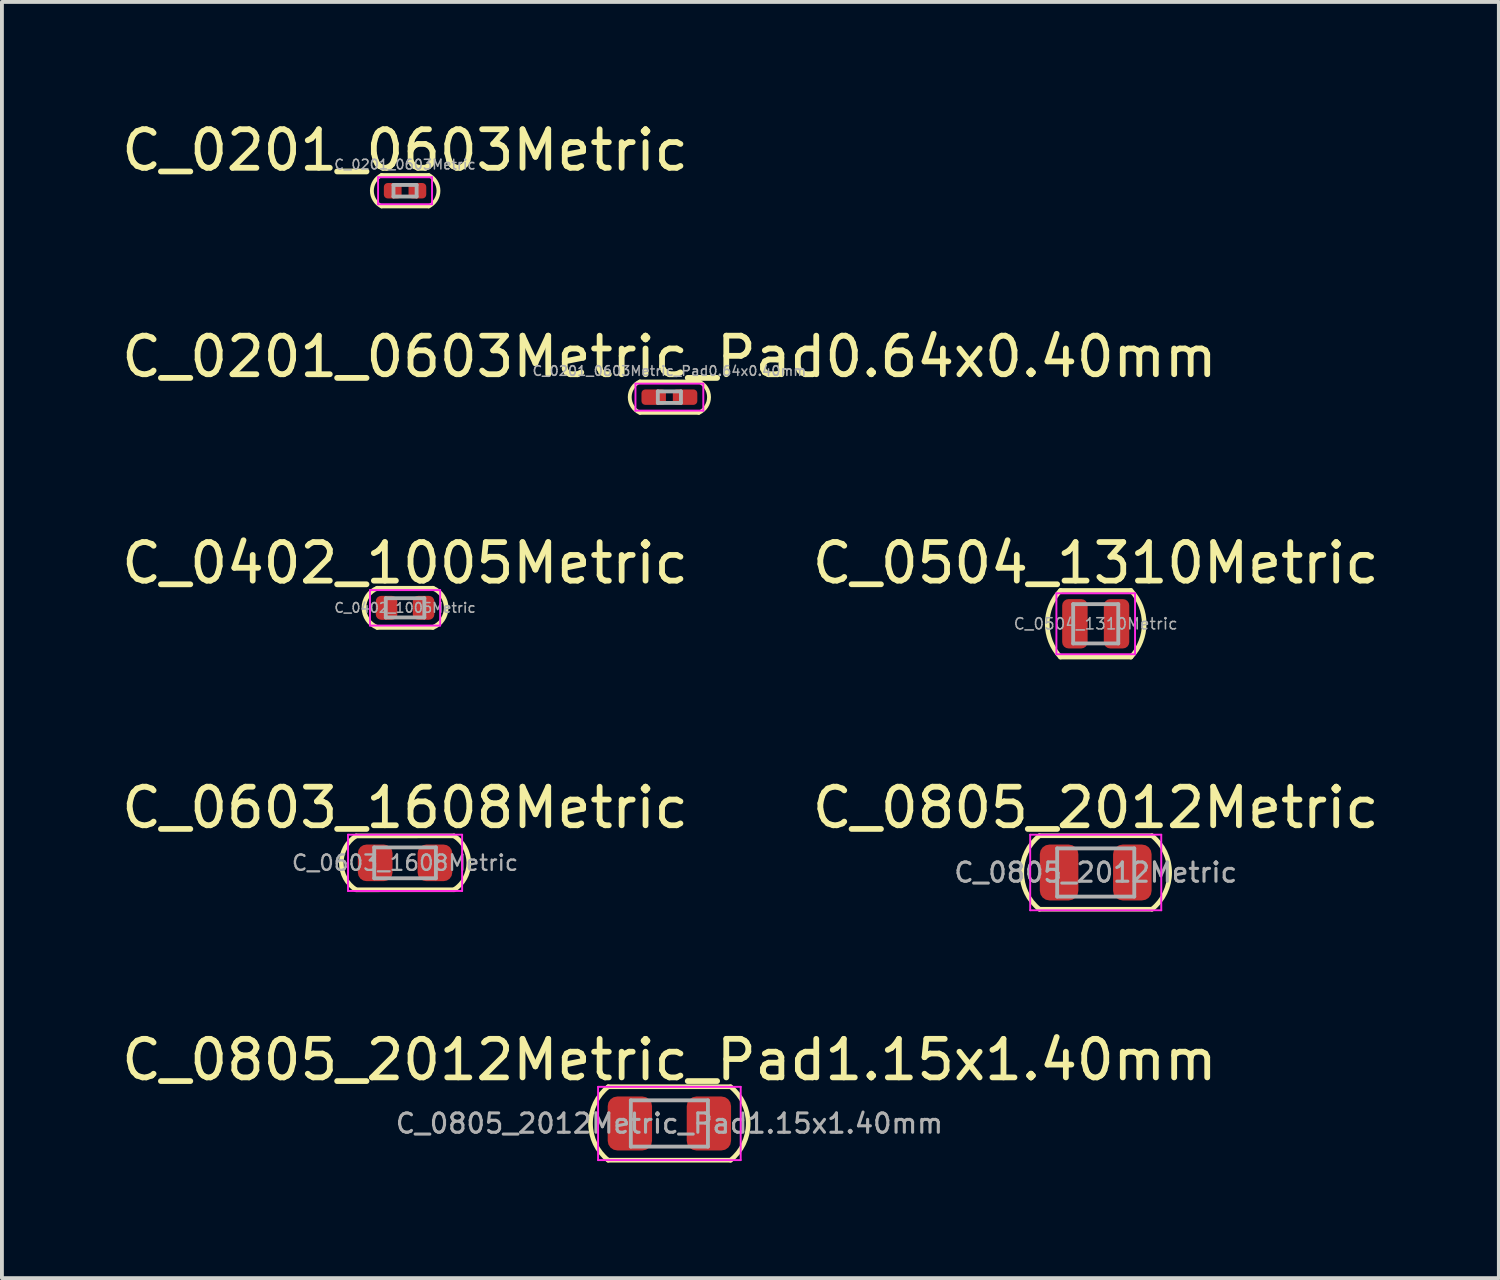
<source format=kicad_pcb>
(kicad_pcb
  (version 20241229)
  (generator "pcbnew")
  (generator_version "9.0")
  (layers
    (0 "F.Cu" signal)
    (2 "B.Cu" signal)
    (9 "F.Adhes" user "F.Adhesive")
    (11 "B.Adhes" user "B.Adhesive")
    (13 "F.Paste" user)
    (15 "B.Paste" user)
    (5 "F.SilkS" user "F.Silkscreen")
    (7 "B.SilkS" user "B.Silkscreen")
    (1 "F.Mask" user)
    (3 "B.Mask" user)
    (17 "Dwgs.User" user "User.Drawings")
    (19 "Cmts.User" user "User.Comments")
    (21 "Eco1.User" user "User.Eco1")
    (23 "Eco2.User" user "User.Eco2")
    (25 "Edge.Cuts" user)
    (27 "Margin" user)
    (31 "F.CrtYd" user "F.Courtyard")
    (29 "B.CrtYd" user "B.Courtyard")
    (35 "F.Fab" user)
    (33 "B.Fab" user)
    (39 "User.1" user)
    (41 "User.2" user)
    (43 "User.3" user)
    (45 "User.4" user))
  (footprint "C_0504_1310Metric"
    (layer "F.Cu")
    (at 25.375 13.132)
    (property "Reference" "C_0504_1310Metric" (at 0 -1.575 0) (layer "F.SilkS") (effects (font (size 1 1) (thickness 0.15))))
    (attr smd)
    (fp_line (start -0.914 0.864) (end 0.914 0.864) (stroke (width 0.12) (type solid)) (layer "F.SilkS"))
    (fp_line (start 0.914 -0.864) (end -0.914 -0.864) (stroke (width 0.12) (type solid)) (layer "F.SilkS"))
    (fp_arc (start -0.9144 0.863599) (mid -1.257748 0) (end -0.9144 -0.863599) (stroke (width 0.12) (type solid)) (layer "F.SilkS"))
    (fp_arc (start 0.9144 -0.863598) (mid 1.257748 0.000001) (end 0.9144 0.8636) (stroke (width 0.12) (type solid)) (layer "F.SilkS"))
    (fp_line (start -1.02 -0.79) (end 1.02 -0.79) (stroke (width 0.05) (type solid)) (layer "F.CrtYd"))
    (fp_line (start -1.02 0.79) (end -1.02 -0.79) (stroke (width 0.05) (type solid)) (layer "F.CrtYd"))
    (fp_line (start 1.02 -0.79) (end 1.02 0.79) (stroke (width 0.05) (type solid)) (layer "F.CrtYd"))
    (fp_line (start 1.02 0.79) (end -1.02 0.79) (stroke (width 0.05) (type solid)) (layer "F.CrtYd"))
    (fp_line (start -0.585 -0.51) (end 0.585 -0.51) (stroke (width 0.1) (type solid)) (layer "F.Fab"))
    (fp_line (start -0.585 0.51) (end -0.585 -0.51) (stroke (width 0.1) (type solid)) (layer "F.Fab"))
    (fp_line (start 0.585 -0.51) (end 0.585 0.51) (stroke (width 0.1) (type solid)) (layer "F.Fab"))
    (fp_line (start 0.585 0.51) (end -0.585 0.51) (stroke (width 0.1) (type solid)) (layer "F.Fab"))
    (fp_text user "${REFERENCE}" (at 0 0 0) (layer "F.Fab") (effects (font (size 0.29 0.29) (thickness 0.04))))
    (pad "1" smd roundrect (at -0.54 0) (size 0.66 1.28) (layers "F.Cu" "F.Mask" "F.Paste") (roundrect_rratio 0.25))
    (pad "2" smd roundrect (at 0.54 0) (size 0.66 1.28) (layers "F.Cu" "F.Mask" "F.Paste") (roundrect_rratio 0.25)))
  (footprint "C_0805_2012Metric_Pad1.15x1.40mm"
    (layer "F.Cu")
    (at 14.315 26.095)
    (property "Reference" "C_0805_2012Metric_Pad1.15x1.40mm" (at 0 -1.65 0) (layer "F.SilkS") (effects (font (size 1 1) (thickness 0.15))))
    (attr smd)
    (fp_line (start -1.587 0.953) (end 1.587 0.953) (stroke (width 0.12) (type solid)) (layer "F.SilkS"))
    (fp_line (start 1.587 -0.953) (end -1.587 -0.953) (stroke (width 0.12) (type solid)) (layer "F.SilkS"))
    (fp_arc (start -1.5875 0.9525) (mid -2.045295 0) (end -1.5875 -0.9525) (stroke (width 0.12) (type solid)) (layer "F.SilkS"))
    (fp_arc (start 1.5875 -0.9525) (mid 2.045295 0) (end 1.5875 0.9525) (stroke (width 0.12) (type solid)) (layer "F.SilkS"))
    (fp_line (start -1.85 -0.95) (end 1.85 -0.95) (stroke (width 0.05) (type solid)) (layer "F.CrtYd"))
    (fp_line (start -1.85 0.95) (end -1.85 -0.95) (stroke (width 0.05) (type solid)) (layer "F.CrtYd"))
    (fp_line (start 1.85 -0.95) (end 1.85 0.95) (stroke (width 0.05) (type solid)) (layer "F.CrtYd"))
    (fp_line (start 1.85 0.95) (end -1.85 0.95) (stroke (width 0.05) (type solid)) (layer "F.CrtYd"))
    (fp_line (start -1 -0.6) (end 1 -0.6) (stroke (width 0.1) (type solid)) (layer "F.Fab"))
    (fp_line (start -1 0.6) (end -1 -0.6) (stroke (width 0.1) (type solid)) (layer "F.Fab"))
    (fp_line (start 1 -0.6) (end 1 0.6) (stroke (width 0.1) (type solid)) (layer "F.Fab"))
    (fp_line (start 1 0.6) (end -1 0.6) (stroke (width 0.1) (type solid)) (layer "F.Fab"))
    (fp_text user "${REFERENCE}" (at 0 0 0) (layer "F.Fab") (effects (font (size 0.5 0.5) (thickness 0.08))))
    (pad "1" smd roundrect (at -1.025 0) (size 1.15 1.4) (layers "F.Cu" "F.Mask" "F.Paste") (roundrect_rratio 0.217))
    (pad "2" smd roundrect (at 1.025 0) (size 1.15 1.4) (layers "F.Cu" "F.Mask" "F.Paste") (roundrect_rratio 0.217)))
  (footprint "C_0402_1005Metric"
    (layer "F.Cu")
    (at 7.458 12.718)
    (property "Reference" "C_0402_1005Metric" (at 0 -1.16 0) (layer "F.SilkS") (effects (font (size 1 1) (thickness 0.15))))
    (attr smd)
    (fp_line (start -0.723 0.508) (end 0.723 0.508) (stroke (width 0.12) (type solid)) (layer "F.SilkS"))
    (fp_line (start 0.723 -0.508) (end -0.723 -0.508) (stroke (width 0.12) (type solid)) (layer "F.SilkS"))
    (fp_arc (start -0.722867 0.507999) (mid -1.066799 0) (end -0.722868 -0.507999) (stroke (width 0.12) (type solid)) (layer "F.SilkS"))
    (fp_arc (start 0.722867 -0.507999) (mid 1.066799 0) (end 0.722868 0.507999) (stroke (width 0.12) (type solid)) (layer "F.SilkS"))
    (fp_line (start -0.91 -0.46) (end 0.91 -0.46) (stroke (width 0.05) (type solid)) (layer "F.CrtYd"))
    (fp_line (start -0.91 0.46) (end -0.91 -0.46) (stroke (width 0.05) (type solid)) (layer "F.CrtYd"))
    (fp_line (start 0.91 -0.46) (end 0.91 0.46) (stroke (width 0.05) (type solid)) (layer "F.CrtYd"))
    (fp_line (start 0.91 0.46) (end -0.91 0.46) (stroke (width 0.05) (type solid)) (layer "F.CrtYd"))
    (fp_line (start -0.5 -0.25) (end 0.5 -0.25) (stroke (width 0.1) (type solid)) (layer "F.Fab"))
    (fp_line (start -0.5 0.25) (end -0.5 -0.25) (stroke (width 0.1) (type solid)) (layer "F.Fab"))
    (fp_line (start 0.5 -0.25) (end 0.5 0.25) (stroke (width 0.1) (type solid)) (layer "F.Fab"))
    (fp_line (start 0.5 0.25) (end -0.5 0.25) (stroke (width 0.1) (type solid)) (layer "F.Fab"))
    (fp_text user "${REFERENCE}" (at 0 0 0) (layer "F.Fab") (effects (font (size 0.25 0.25) (thickness 0.04))))
    (pad "1" smd roundrect (at -0.48 0) (size 0.56 0.62) (layers "F.Cu" "F.Mask" "F.Paste") (roundrect_rratio 0.25))
    (pad "2" smd roundrect (at 0.48 0) (size 0.56 0.62) (layers "F.Cu" "F.Mask" "F.Paste") (roundrect_rratio 0.25)))
  (footprint "C_0603_1608Metric"
    (layer "F.Cu")
    (at 7.458 19.334)
    (property "Reference" "C_0603_1608Metric" (at 0 -1.43 0) (layer "F.SilkS") (effects (font (size 1 1) (thickness 0.15))))
    (attr smd)
    (fp_line (start -1.27 0.699) (end 1.27 0.698) (stroke (width 0.12) (type solid)) (layer "F.SilkS"))
    (fp_line (start 1.27 -0.699) (end -1.27 -0.698) (stroke (width 0.12) (type solid)) (layer "F.SilkS"))
    (fp_arc (start -1.269999 0.698501) (mid -1.653438 0.000002) (end -1.27 -0.698498) (stroke (width 0.12) (type solid)) (layer "F.SilkS"))
    (fp_arc (start 1.269999 -0.698501) (mid 1.653438 -0.000002) (end 1.27 0.698498) (stroke (width 0.12) (type solid)) (layer "F.SilkS"))
    (fp_line (start -1.48 -0.73) (end 1.48 -0.73) (stroke (width 0.05) (type solid)) (layer "F.CrtYd"))
    (fp_line (start -1.48 0.73) (end -1.48 -0.73) (stroke (width 0.05) (type solid)) (layer "F.CrtYd"))
    (fp_line (start 1.48 -0.73) (end 1.48 0.73) (stroke (width 0.05) (type solid)) (layer "F.CrtYd"))
    (fp_line (start 1.48 0.73) (end -1.48 0.73) (stroke (width 0.05) (type solid)) (layer "F.CrtYd"))
    (fp_line (start -0.8 -0.4) (end 0.8 -0.4) (stroke (width 0.1) (type solid)) (layer "F.Fab"))
    (fp_line (start -0.8 0.4) (end -0.8 -0.4) (stroke (width 0.1) (type solid)) (layer "F.Fab"))
    (fp_line (start 0.8 -0.4) (end 0.8 0.4) (stroke (width 0.1) (type solid)) (layer "F.Fab"))
    (fp_line (start 0.8 0.4) (end -0.8 0.4) (stroke (width 0.1) (type solid)) (layer "F.Fab"))
    (fp_text user "${REFERENCE}" (at 0 0 0) (layer "F.Fab") (effects (font (size 0.4 0.4) (thickness 0.06))))
    (pad "1" smd roundrect (at -0.775 0) (size 0.9 0.95) (layers "F.Cu" "F.Mask" "F.Paste") (roundrect_rratio 0.25))
    (pad "2" smd roundrect (at 0.775 0) (size 0.9 0.95) (layers "F.Cu" "F.Mask" "F.Paste") (roundrect_rratio 0.25)))
  (footprint "C_0201_0603Metric_Pad0.64x0.40mm"
    (layer "F.Cu")
    (at 14.315 7.253)
    (property "Reference" "C_0201_0603Metric_Pad0.64x0.40mm" (at 0 -1.05 0) (layer "F.SilkS") (effects (font (size 1 1) (thickness 0.15))))
    (attr smd)
    (fp_line (start -0.763 0.406) (end 0.763 0.406) (stroke (width 0.1) (type solid)) (layer "F.SilkS"))
    (fp_line (start 0.763 -0.406) (end -0.763 -0.406) (stroke (width 0.1) (type solid)) (layer "F.SilkS"))
    (fp_arc (start -0.763013 0.406401) (mid -1.0287 0.000001) (end -0.763012 -0.406399) (stroke (width 0.1) (type solid)) (layer "F.SilkS"))
    (fp_arc (start 0.763013 -0.406399) (mid 1.0287 0.000001) (end 0.763012 0.406401) (stroke (width 0.1) (type solid)) (layer "F.SilkS"))
    (fp_line (start -0.88 -0.35) (end 0.88 -0.35) (stroke (width 0.05) (type solid)) (layer "F.CrtYd"))
    (fp_line (start -0.88 0.35) (end -0.88 -0.35) (stroke (width 0.05) (type solid)) (layer "F.CrtYd"))
    (fp_line (start 0.88 -0.35) (end 0.88 0.35) (stroke (width 0.05) (type solid)) (layer "F.CrtYd"))
    (fp_line (start 0.88 0.35) (end -0.88 0.35) (stroke (width 0.05) (type solid)) (layer "F.CrtYd"))
    (fp_line (start -0.3 -0.15) (end 0.3 -0.15) (stroke (width 0.1) (type solid)) (layer "F.Fab"))
    (fp_line (start -0.3 0.15) (end -0.3 -0.15) (stroke (width 0.1) (type solid)) (layer "F.Fab"))
    (fp_line (start 0.3 -0.15) (end 0.3 0.15) (stroke (width 0.1) (type solid)) (layer "F.Fab"))
    (fp_line (start 0.3 0.15) (end -0.3 0.15) (stroke (width 0.1) (type solid)) (layer "F.Fab"))
    (fp_text user "${REFERENCE}" (at 0 -0.68 0) (layer "F.Fab") (effects (font (size 0.25 0.25) (thickness 0.04))))
    (pad "" smd roundrect (at -0.432 0) (size 0.458 0.36) (layers "F.Paste") (roundrect_rratio 0.25))
    (pad "" smd roundrect (at 0.432 0) (size 0.458 0.36) (layers "F.Paste") (roundrect_rratio 0.25))
    (pad "1" smd roundrect (at -0.407 0) (size 0.635 0.4) (layers "F.Cu" "F.Mask") (roundrect_rratio 0.25))
    (pad "2" smd roundrect (at 0.407 0) (size 0.635 0.4) (layers "F.Cu" "F.Mask") (roundrect_rratio 0.25)))
  (footprint "C_0805_2012Metric"
    (layer "F.Cu")
    (at 25.375 19.584)
    (property "Reference" "C_0805_2012Metric" (at 0 -1.68 0) (layer "F.SilkS") (effects (font (size 1 1) (thickness 0.15))))
    (attr smd)
    (fp_line (start -1.46 0.953) (end 1.46 0.953) (stroke (width 0.12) (type solid)) (layer "F.SilkS"))
    (fp_line (start 1.46 -0.953) (end -1.46 -0.953) (stroke (width 0.12) (type solid)) (layer "F.SilkS"))
    (fp_arc (start -1.4605 0.9525) (mid -1.918295 0) (end -1.4605 -0.9525) (stroke (width 0.12) (type solid)) (layer "F.SilkS"))
    (fp_arc (start 1.4605 -0.9525) (mid 1.918295 0) (end 1.4605 0.9525) (stroke (width 0.12) (type solid)) (layer "F.SilkS"))
    (fp_line (start -1.7 -0.98) (end 1.7 -0.98) (stroke (width 0.05) (type solid)) (layer "F.CrtYd"))
    (fp_line (start -1.7 0.98) (end -1.7 -0.98) (stroke (width 0.05) (type solid)) (layer "F.CrtYd"))
    (fp_line (start 1.7 -0.98) (end 1.7 0.98) (stroke (width 0.05) (type solid)) (layer "F.CrtYd"))
    (fp_line (start 1.7 0.98) (end -1.7 0.98) (stroke (width 0.05) (type solid)) (layer "F.CrtYd"))
    (fp_line (start -1 -0.625) (end 1 -0.625) (stroke (width 0.1) (type solid)) (layer "F.Fab"))
    (fp_line (start -1 0.625) (end -1 -0.625) (stroke (width 0.1) (type solid)) (layer "F.Fab"))
    (fp_line (start 1 -0.625) (end 1 0.625) (stroke (width 0.1) (type solid)) (layer "F.Fab"))
    (fp_line (start 1 0.625) (end -1 0.625) (stroke (width 0.1) (type solid)) (layer "F.Fab"))
    (fp_text user "${REFERENCE}" (at 0 0 0) (layer "F.Fab") (effects (font (size 0.5 0.5) (thickness 0.08))))
    (pad "1" smd roundrect (at -0.95 0) (size 1 1.45) (layers "F.Cu" "F.Mask" "F.Paste") (roundrect_rratio 0.25))
    (pad "2" smd roundrect (at 0.95 0) (size 1 1.45) (layers "F.Cu" "F.Mask" "F.Paste") (roundrect_rratio 0.25)))
  (footprint "C_0201_0603Metric"
    (layer "F.Cu")
    (at 7.458 1.898)
    (property "Reference" "C_0201_0603Metric" (at 0 -1.05 0) (layer "F.SilkS") (effects (font (size 1 1) (thickness 0.15))))
    (attr smd)
    (fp_line (start -0.612 0.406) (end 0.612 0.406) (stroke (width 0.1) (type solid)) (layer "F.SilkS"))
    (fp_line (start 0.612 -0.406) (end -0.612 -0.406) (stroke (width 0.1) (type solid)) (layer "F.SilkS"))
    (fp_arc (start -0.609467 0.4064) (mid -0.86071 0) (end -0.609466 -0.4064) (stroke (width 0.1) (type solid)) (layer "F.SilkS"))
    (fp_arc (start 0.615249 -0.406401) (mid 0.866492 -0.000001) (end 0.615248 0.406399) (stroke (width 0.1) (type solid)) (layer "F.SilkS"))
    (fp_line (start -0.7 -0.35) (end 0.7 -0.35) (stroke (width 0.05) (type solid)) (layer "F.CrtYd"))
    (fp_line (start -0.7 0.35) (end -0.7 -0.35) (stroke (width 0.05) (type solid)) (layer "F.CrtYd"))
    (fp_line (start 0.7 -0.35) (end 0.7 0.35) (stroke (width 0.05) (type solid)) (layer "F.CrtYd"))
    (fp_line (start 0.7 0.35) (end -0.7 0.35) (stroke (width 0.05) (type solid)) (layer "F.CrtYd"))
    (fp_line (start -0.3 -0.15) (end 0.3 -0.15) (stroke (width 0.1) (type solid)) (layer "F.Fab"))
    (fp_line (start -0.3 0.15) (end -0.3 -0.15) (stroke (width 0.1) (type solid)) (layer "F.Fab"))
    (fp_line (start 0.3 -0.15) (end 0.3 0.15) (stroke (width 0.1) (type solid)) (layer "F.Fab"))
    (fp_line (start 0.3 0.15) (end -0.3 0.15) (stroke (width 0.1) (type solid)) (layer "F.Fab"))
    (fp_text user "${REFERENCE}" (at 0 -0.68 0) (layer "F.Fab") (effects (font (size 0.25 0.25) (thickness 0.04))))
    (pad "" smd roundrect (at -0.345 0) (size 0.318 0.36) (layers "F.Paste") (roundrect_rratio 0.25))
    (pad "" smd roundrect (at 0.345 0) (size 0.318 0.36) (layers "F.Paste") (roundrect_rratio 0.25))
    (pad "1" smd roundrect (at -0.32 0) (size 0.46 0.4) (layers "F.Cu" "F.Mask") (roundrect_rratio 0.25))
    (pad "2" smd roundrect (at 0.32 0) (size 0.46 0.4) (layers "F.Cu" "F.Mask") (roundrect_rratio 0.25)))
  (gr_rect
    (start -3 -3)
    (end 35.833 30.107)
    (stroke (width 0.1) (type default))
    (fill no)
    (layer "Edge.Cuts")))
</source>
